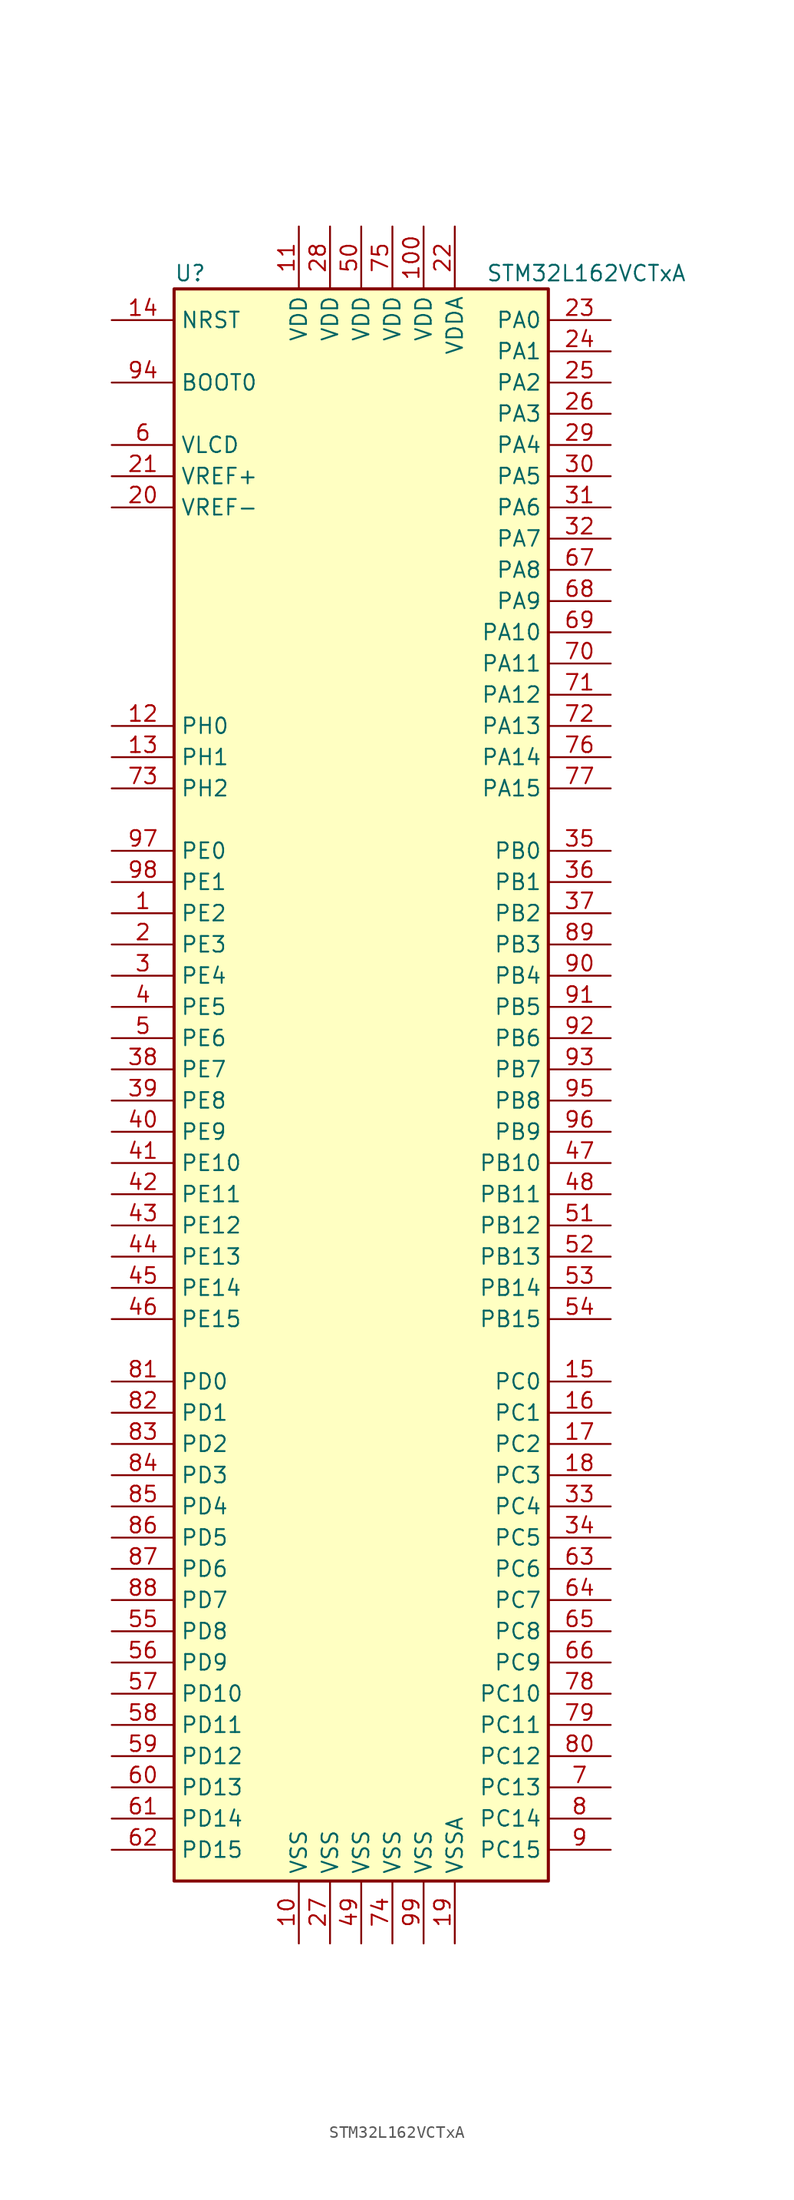
<source format=kicad_sym>
(kicad_symbol_lib
  (version 20201005)
  (generator kicad_symbol_editor)
  (symbol "MCU_ST_STM32L1:STM32L162VCTxA"
    (property "Reference" "U"
      (at -15.24 64.77 0)
      (effects (font (size 1.27 1.27)) (justify left)))
    (property "Value" "STM32L162VCTxA"
      (at 10.16 64.77 0)
      (effects (font (size 1.27 1.27)) (justify left)))
    (symbol "STM32L162VCTxA_0_1"
      (rectangle (start -15.24 -66.04) (end 15.24 63.5) (stroke (width 0.254)) (fill (type background))))
    (symbol "STM32L162VCTxA_1_1"
      (pin input line (at -20.32 55.88 0) (length 5.08) (name "BOOT0" (effects (font (size 1.27 1.27)))) (number "94" (effects (font (size 1.27 1.27)))))
      (pin input line (at -20.32 60.96 0) (length 5.08) (name "NRST" (effects (font (size 1.27 1.27)))) (number "14" (effects (font (size 1.27 1.27)))))
      (pin bidirectional line (at 20.32 60.96 180) (length 5.08) (name "PA0" (effects (font (size 1.27 1.27)))) (number "23" (effects (font (size 1.27 1.27)))))
      (pin bidirectional line (at 20.32 58.42 180) (length 5.08) (name "PA1" (effects (font (size 1.27 1.27)))) (number "24" (effects (font (size 1.27 1.27)))))
      (pin bidirectional line (at 20.32 35.56 180) (length 5.08) (name "PA10" (effects (font (size 1.27 1.27)))) (number "69" (effects (font (size 1.27 1.27)))))
      (pin bidirectional line (at 20.32 33.02 180) (length 5.08) (name "PA11" (effects (font (size 1.27 1.27)))) (number "70" (effects (font (size 1.27 1.27)))))
      (pin bidirectional line (at 20.32 30.48 180) (length 5.08) (name "PA12" (effects (font (size 1.27 1.27)))) (number "71" (effects (font (size 1.27 1.27)))))
      (pin bidirectional line (at 20.32 27.94 180) (length 5.08) (name "PA13" (effects (font (size 1.27 1.27)))) (number "72" (effects (font (size 1.27 1.27)))))
      (pin bidirectional line (at 20.32 25.4 180) (length 5.08) (name "PA14" (effects (font (size 1.27 1.27)))) (number "76" (effects (font (size 1.27 1.27)))))
      (pin bidirectional line (at 20.32 22.86 180) (length 5.08) (name "PA15" (effects (font (size 1.27 1.27)))) (number "77" (effects (font (size 1.27 1.27)))))
      (pin bidirectional line (at 20.32 55.88 180) (length 5.08) (name "PA2" (effects (font (size 1.27 1.27)))) (number "25" (effects (font (size 1.27 1.27)))))
      (pin bidirectional line (at 20.32 53.34 180) (length 5.08) (name "PA3" (effects (font (size 1.27 1.27)))) (number "26" (effects (font (size 1.27 1.27)))))
      (pin bidirectional line (at 20.32 50.8 180) (length 5.08) (name "PA4" (effects (font (size 1.27 1.27)))) (number "29" (effects (font (size 1.27 1.27)))))
      (pin bidirectional line (at 20.32 48.26 180) (length 5.08) (name "PA5" (effects (font (size 1.27 1.27)))) (number "30" (effects (font (size 1.27 1.27)))))
      (pin bidirectional line (at 20.32 45.72 180) (length 5.08) (name "PA6" (effects (font (size 1.27 1.27)))) (number "31" (effects (font (size 1.27 1.27)))))
      (pin bidirectional line (at 20.32 43.18 180) (length 5.08) (name "PA7" (effects (font (size 1.27 1.27)))) (number "32" (effects (font (size 1.27 1.27)))))
      (pin bidirectional line (at 20.32 40.64 180) (length 5.08) (name "PA8" (effects (font (size 1.27 1.27)))) (number "67" (effects (font (size 1.27 1.27)))))
      (pin bidirectional line (at 20.32 38.1 180) (length 5.08) (name "PA9" (effects (font (size 1.27 1.27)))) (number "68" (effects (font (size 1.27 1.27)))))
      (pin bidirectional line (at 20.32 17.78 180) (length 5.08) (name "PB0" (effects (font (size 1.27 1.27)))) (number "35" (effects (font (size 1.27 1.27)))))
      (pin bidirectional line (at 20.32 15.24 180) (length 5.08) (name "PB1" (effects (font (size 1.27 1.27)))) (number "36" (effects (font (size 1.27 1.27)))))
      (pin bidirectional line (at 20.32 -7.62 180) (length 5.08) (name "PB10" (effects (font (size 1.27 1.27)))) (number "47" (effects (font (size 1.27 1.27)))))
      (pin bidirectional line (at 20.32 -10.16 180) (length 5.08) (name "PB11" (effects (font (size 1.27 1.27)))) (number "48" (effects (font (size 1.27 1.27)))))
      (pin bidirectional line (at 20.32 -12.7 180) (length 5.08) (name "PB12" (effects (font (size 1.27 1.27)))) (number "51" (effects (font (size 1.27 1.27)))))
      (pin bidirectional line (at 20.32 -15.24 180) (length 5.08) (name "PB13" (effects (font (size 1.27 1.27)))) (number "52" (effects (font (size 1.27 1.27)))))
      (pin bidirectional line (at 20.32 -17.78 180) (length 5.08) (name "PB14" (effects (font (size 1.27 1.27)))) (number "53" (effects (font (size 1.27 1.27)))))
      (pin bidirectional line (at 20.32 -20.32 180) (length 5.08) (name "PB15" (effects (font (size 1.27 1.27)))) (number "54" (effects (font (size 1.27 1.27)))))
      (pin bidirectional line (at 20.32 12.7 180) (length 5.08) (name "PB2" (effects (font (size 1.27 1.27)))) (number "37" (effects (font (size 1.27 1.27)))))
      (pin bidirectional line (at 20.32 10.16 180) (length 5.08) (name "PB3" (effects (font (size 1.27 1.27)))) (number "89" (effects (font (size 1.27 1.27)))))
      (pin bidirectional line (at 20.32 7.62 180) (length 5.08) (name "PB4" (effects (font (size 1.27 1.27)))) (number "90" (effects (font (size 1.27 1.27)))))
      (pin bidirectional line (at 20.32 5.08 180) (length 5.08) (name "PB5" (effects (font (size 1.27 1.27)))) (number "91" (effects (font (size 1.27 1.27)))))
      (pin bidirectional line (at 20.32 2.54 180) (length 5.08) (name "PB6" (effects (font (size 1.27 1.27)))) (number "92" (effects (font (size 1.27 1.27)))))
      (pin bidirectional line (at 20.32 0 180) (length 5.08) (name "PB7" (effects (font (size 1.27 1.27)))) (number "93" (effects (font (size 1.27 1.27)))))
      (pin bidirectional line (at 20.32 -2.54 180) (length 5.08) (name "PB8" (effects (font (size 1.27 1.27)))) (number "95" (effects (font (size 1.27 1.27)))))
      (pin bidirectional line (at 20.32 -5.08 180) (length 5.08) (name "PB9" (effects (font (size 1.27 1.27)))) (number "96" (effects (font (size 1.27 1.27)))))
      (pin bidirectional line (at 20.32 -25.4 180) (length 5.08) (name "PC0" (effects (font (size 1.27 1.27)))) (number "15" (effects (font (size 1.27 1.27)))))
      (pin bidirectional line (at 20.32 -27.94 180) (length 5.08) (name "PC1" (effects (font (size 1.27 1.27)))) (number "16" (effects (font (size 1.27 1.27)))))
      (pin bidirectional line (at 20.32 -50.8 180) (length 5.08) (name "PC10" (effects (font (size 1.27 1.27)))) (number "78" (effects (font (size 1.27 1.27)))))
      (pin bidirectional line (at 20.32 -53.34 180) (length 5.08) (name "PC11" (effects (font (size 1.27 1.27)))) (number "79" (effects (font (size 1.27 1.27)))))
      (pin bidirectional line (at 20.32 -55.88 180) (length 5.08) (name "PC12" (effects (font (size 1.27 1.27)))) (number "80" (effects (font (size 1.27 1.27)))))
      (pin bidirectional line (at 20.32 -58.42 180) (length 5.08) (name "PC13" (effects (font (size 1.27 1.27)))) (number "7" (effects (font (size 1.27 1.27)))))
      (pin bidirectional line (at 20.32 -60.96 180) (length 5.08) (name "PC14" (effects (font (size 1.27 1.27)))) (number "8" (effects (font (size 1.27 1.27)))))
      (pin bidirectional line (at 20.32 -63.5 180) (length 5.08) (name "PC15" (effects (font (size 1.27 1.27)))) (number "9" (effects (font (size 1.27 1.27)))))
      (pin bidirectional line (at 20.32 -30.48 180) (length 5.08) (name "PC2" (effects (font (size 1.27 1.27)))) (number "17" (effects (font (size 1.27 1.27)))))
      (pin bidirectional line (at 20.32 -33.02 180) (length 5.08) (name "PC3" (effects (font (size 1.27 1.27)))) (number "18" (effects (font (size 1.27 1.27)))))
      (pin bidirectional line (at 20.32 -35.56 180) (length 5.08) (name "PC4" (effects (font (size 1.27 1.27)))) (number "33" (effects (font (size 1.27 1.27)))))
      (pin bidirectional line (at 20.32 -38.1 180) (length 5.08) (name "PC5" (effects (font (size 1.27 1.27)))) (number "34" (effects (font (size 1.27 1.27)))))
      (pin bidirectional line (at 20.32 -40.64 180) (length 5.08) (name "PC6" (effects (font (size 1.27 1.27)))) (number "63" (effects (font (size 1.27 1.27)))))
      (pin bidirectional line (at 20.32 -43.18 180) (length 5.08) (name "PC7" (effects (font (size 1.27 1.27)))) (number "64" (effects (font (size 1.27 1.27)))))
      (pin bidirectional line (at 20.32 -45.72 180) (length 5.08) (name "PC8" (effects (font (size 1.27 1.27)))) (number "65" (effects (font (size 1.27 1.27)))))
      (pin bidirectional line (at 20.32 -48.26 180) (length 5.08) (name "PC9" (effects (font (size 1.27 1.27)))) (number "66" (effects (font (size 1.27 1.27)))))
      (pin bidirectional line (at -20.32 -25.4 0) (length 5.08) (name "PD0" (effects (font (size 1.27 1.27)))) (number "81" (effects (font (size 1.27 1.27)))))
      (pin bidirectional line (at -20.32 -27.94 0) (length 5.08) (name "PD1" (effects (font (size 1.27 1.27)))) (number "82" (effects (font (size 1.27 1.27)))))
      (pin bidirectional line (at -20.32 -50.8 0) (length 5.08) (name "PD10" (effects (font (size 1.27 1.27)))) (number "57" (effects (font (size 1.27 1.27)))))
      (pin bidirectional line (at -20.32 -53.34 0) (length 5.08) (name "PD11" (effects (font (size 1.27 1.27)))) (number "58" (effects (font (size 1.27 1.27)))))
      (pin bidirectional line (at -20.32 -55.88 0) (length 5.08) (name "PD12" (effects (font (size 1.27 1.27)))) (number "59" (effects (font (size 1.27 1.27)))))
      (pin bidirectional line (at -20.32 -58.42 0) (length 5.08) (name "PD13" (effects (font (size 1.27 1.27)))) (number "60" (effects (font (size 1.27 1.27)))))
      (pin bidirectional line (at -20.32 -60.96 0) (length 5.08) (name "PD14" (effects (font (size 1.27 1.27)))) (number "61" (effects (font (size 1.27 1.27)))))
      (pin bidirectional line (at -20.32 -63.5 0) (length 5.08) (name "PD15" (effects (font (size 1.27 1.27)))) (number "62" (effects (font (size 1.27 1.27)))))
      (pin bidirectional line (at -20.32 -30.48 0) (length 5.08) (name "PD2" (effects (font (size 1.27 1.27)))) (number "83" (effects (font (size 1.27 1.27)))))
      (pin bidirectional line (at -20.32 -33.02 0) (length 5.08) (name "PD3" (effects (font (size 1.27 1.27)))) (number "84" (effects (font (size 1.27 1.27)))))
      (pin bidirectional line (at -20.32 -35.56 0) (length 5.08) (name "PD4" (effects (font (size 1.27 1.27)))) (number "85" (effects (font (size 1.27 1.27)))))
      (pin bidirectional line (at -20.32 -38.1 0) (length 5.08) (name "PD5" (effects (font (size 1.27 1.27)))) (number "86" (effects (font (size 1.27 1.27)))))
      (pin bidirectional line (at -20.32 -40.64 0) (length 5.08) (name "PD6" (effects (font (size 1.27 1.27)))) (number "87" (effects (font (size 1.27 1.27)))))
      (pin bidirectional line (at -20.32 -43.18 0) (length 5.08) (name "PD7" (effects (font (size 1.27 1.27)))) (number "88" (effects (font (size 1.27 1.27)))))
      (pin bidirectional line (at -20.32 -45.72 0) (length 5.08) (name "PD8" (effects (font (size 1.27 1.27)))) (number "55" (effects (font (size 1.27 1.27)))))
      (pin bidirectional line (at -20.32 -48.26 0) (length 5.08) (name "PD9" (effects (font (size 1.27 1.27)))) (number "56" (effects (font (size 1.27 1.27)))))
      (pin bidirectional line (at -20.32 17.78 0) (length 5.08) (name "PE0" (effects (font (size 1.27 1.27)))) (number "97" (effects (font (size 1.27 1.27)))))
      (pin bidirectional line (at -20.32 15.24 0) (length 5.08) (name "PE1" (effects (font (size 1.27 1.27)))) (number "98" (effects (font (size 1.27 1.27)))))
      (pin bidirectional line (at -20.32 -7.62 0) (length 5.08) (name "PE10" (effects (font (size 1.27 1.27)))) (number "41" (effects (font (size 1.27 1.27)))))
      (pin bidirectional line (at -20.32 -10.16 0) (length 5.08) (name "PE11" (effects (font (size 1.27 1.27)))) (number "42" (effects (font (size 1.27 1.27)))))
      (pin bidirectional line (at -20.32 -12.7 0) (length 5.08) (name "PE12" (effects (font (size 1.27 1.27)))) (number "43" (effects (font (size 1.27 1.27)))))
      (pin bidirectional line (at -20.32 -15.24 0) (length 5.08) (name "PE13" (effects (font (size 1.27 1.27)))) (number "44" (effects (font (size 1.27 1.27)))))
      (pin bidirectional line (at -20.32 -17.78 0) (length 5.08) (name "PE14" (effects (font (size 1.27 1.27)))) (number "45" (effects (font (size 1.27 1.27)))))
      (pin bidirectional line (at -20.32 -20.32 0) (length 5.08) (name "PE15" (effects (font (size 1.27 1.27)))) (number "46" (effects (font (size 1.27 1.27)))))
      (pin bidirectional line (at -20.32 12.7 0) (length 5.08) (name "PE2" (effects (font (size 1.27 1.27)))) (number "1" (effects (font (size 1.27 1.27)))))
      (pin bidirectional line (at -20.32 10.16 0) (length 5.08) (name "PE3" (effects (font (size 1.27 1.27)))) (number "2" (effects (font (size 1.27 1.27)))))
      (pin bidirectional line (at -20.32 7.62 0) (length 5.08) (name "PE4" (effects (font (size 1.27 1.27)))) (number "3" (effects (font (size 1.27 1.27)))))
      (pin bidirectional line (at -20.32 5.08 0) (length 5.08) (name "PE5" (effects (font (size 1.27 1.27)))) (number "4" (effects (font (size 1.27 1.27)))))
      (pin bidirectional line (at -20.32 2.54 0) (length 5.08) (name "PE6" (effects (font (size 1.27 1.27)))) (number "5" (effects (font (size 1.27 1.27)))))
      (pin bidirectional line (at -20.32 0 0) (length 5.08) (name "PE7" (effects (font (size 1.27 1.27)))) (number "38" (effects (font (size 1.27 1.27)))))
      (pin bidirectional line (at -20.32 -2.54 0) (length 5.08) (name "PE8" (effects (font (size 1.27 1.27)))) (number "39" (effects (font (size 1.27 1.27)))))
      (pin bidirectional line (at -20.32 -5.08 0) (length 5.08) (name "PE9" (effects (font (size 1.27 1.27)))) (number "40" (effects (font (size 1.27 1.27)))))
      (pin input line (at -20.32 27.94 0) (length 5.08) (name "PH0" (effects (font (size 1.27 1.27)))) (number "12" (effects (font (size 1.27 1.27)))))
      (pin input line (at -20.32 25.4 0) (length 5.08) (name "PH1" (effects (font (size 1.27 1.27)))) (number "13" (effects (font (size 1.27 1.27)))))
      (pin bidirectional line (at -20.32 22.86 0) (length 5.08) (name "PH2" (effects (font (size 1.27 1.27)))) (number "73" (effects (font (size 1.27 1.27)))))
      (pin power_in line (at 5.08 68.58 270) (length 5.08) (name "VDD" (effects (font (size 1.27 1.27)))) (number "100" (effects (font (size 1.27 1.27)))))
      (pin power_in line (at -5.08 68.58 270) (length 5.08) (name "VDD" (effects (font (size 1.27 1.27)))) (number "11" (effects (font (size 1.27 1.27)))))
      (pin power_in line (at -2.54 68.58 270) (length 5.08) (name "VDD" (effects (font (size 1.27 1.27)))) (number "28" (effects (font (size 1.27 1.27)))))
      (pin power_in line (at 0 68.58 270) (length 5.08) (name "VDD" (effects (font (size 1.27 1.27)))) (number "50" (effects (font (size 1.27 1.27)))))
      (pin power_in line (at 2.54 68.58 270) (length 5.08) (name "VDD" (effects (font (size 1.27 1.27)))) (number "75" (effects (font (size 1.27 1.27)))))
      (pin power_in line (at 7.62 68.58 270) (length 5.08) (name "VDDA" (effects (font (size 1.27 1.27)))) (number "22" (effects (font (size 1.27 1.27)))))
      (pin power_in line (at -20.32 50.8 0) (length 5.08) (name "VLCD" (effects (font (size 1.27 1.27)))) (number "6" (effects (font (size 1.27 1.27)))))
      (pin power_in line (at -20.32 48.26 0) (length 5.08) (name "VREF+" (effects (font (size 1.27 1.27)))) (number "21" (effects (font (size 1.27 1.27)))))
      (pin power_in line (at -20.32 45.72 0) (length 5.08) (name "VREF-" (effects (font (size 1.27 1.27)))) (number "20" (effects (font (size 1.27 1.27)))))
      (pin power_in line (at -5.08 -71.12 90) (length 5.08) (name "VSS" (effects (font (size 1.27 1.27)))) (number "10" (effects (font (size 1.27 1.27)))))
      (pin power_in line (at -2.54 -71.12 90) (length 5.08) (name "VSS" (effects (font (size 1.27 1.27)))) (number "27" (effects (font (size 1.27 1.27)))))
      (pin power_in line (at 0 -71.12 90) (length 5.08) (name "VSS" (effects (font (size 1.27 1.27)))) (number "49" (effects (font (size 1.27 1.27)))))
      (pin power_in line (at 2.54 -71.12 90) (length 5.08) (name "VSS" (effects (font (size 1.27 1.27)))) (number "74" (effects (font (size 1.27 1.27)))))
      (pin power_in line (at 5.08 -71.12 90) (length 5.08) (name "VSS" (effects (font (size 1.27 1.27)))) (number "99" (effects (font (size 1.27 1.27)))))
      (pin power_in line (at 7.62 -71.12 90) (length 5.08) (name "VSSA" (effects (font (size 1.27 1.27)))) (number "19" (effects (font (size 1.27 1.27))))))))
</source>
